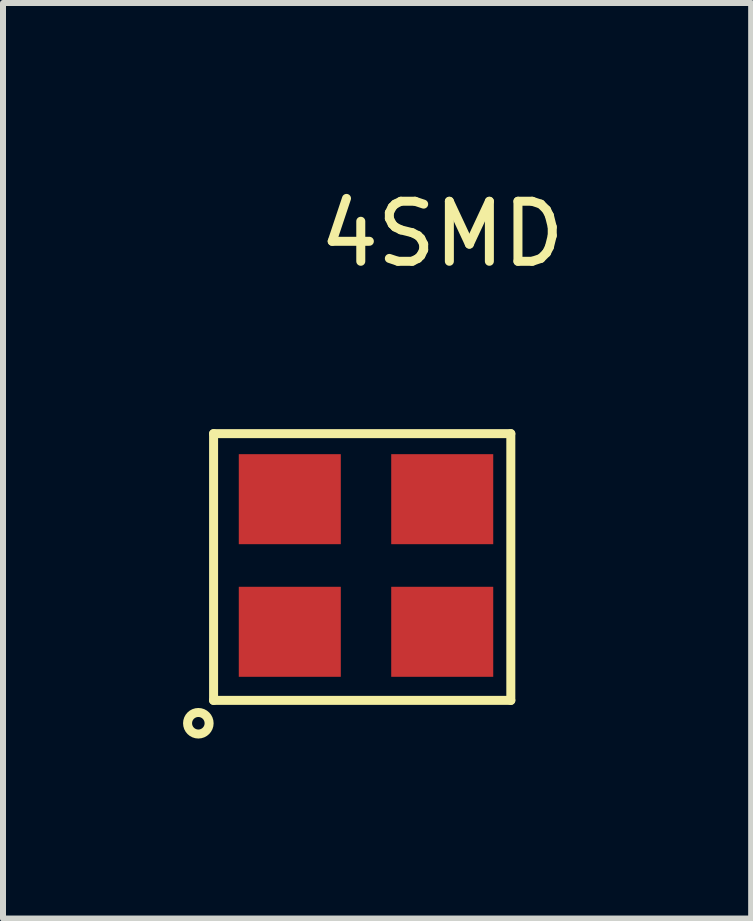
<source format=kicad_pcb>
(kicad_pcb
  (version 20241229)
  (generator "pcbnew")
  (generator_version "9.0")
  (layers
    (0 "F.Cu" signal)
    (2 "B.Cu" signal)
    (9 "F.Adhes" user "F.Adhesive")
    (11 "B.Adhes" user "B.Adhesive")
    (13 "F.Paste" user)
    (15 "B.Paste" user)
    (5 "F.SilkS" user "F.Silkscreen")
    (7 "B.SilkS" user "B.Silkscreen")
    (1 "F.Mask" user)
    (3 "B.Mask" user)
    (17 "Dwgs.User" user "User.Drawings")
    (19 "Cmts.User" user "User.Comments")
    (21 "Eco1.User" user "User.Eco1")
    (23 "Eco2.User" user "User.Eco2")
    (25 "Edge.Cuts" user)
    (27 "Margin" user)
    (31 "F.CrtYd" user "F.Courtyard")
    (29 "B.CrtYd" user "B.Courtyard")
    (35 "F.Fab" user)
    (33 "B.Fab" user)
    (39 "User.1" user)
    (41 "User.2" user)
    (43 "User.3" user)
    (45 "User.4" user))
  (footprint "4SMD"
    (layer "F.Cu")
    (at 1.779 7.478)
    (property "Reference" "4SMD" (at 2.54 -6.629 0) (layer "F.SilkS") (effects (font (size 1 1) (thickness 0.15))))
    (attr through_hole)
    (fp_line (start -1.27 -3.302) (end -1.27 1.143) (stroke (width 0.15) (type solid)) (layer "F.SilkS"))
    (fp_line (start -1.27 1.143) (end 3.683 1.143) (stroke (width 0.15) (type solid)) (layer "F.SilkS"))
    (fp_line (start 3.683 -3.302) (end -1.27 -3.302) (stroke (width 0.15) (type solid)) (layer "F.SilkS"))
    (fp_line (start 3.683 1.143) (end 3.683 -3.302) (stroke (width 0.15) (type solid)) (layer "F.SilkS"))
    (fp_circle (center -1.524 1.524) (end -1.397 1.651) (stroke (width 0.15) (type solid)) (fill no) (layer "F.SilkS"))
    (pad "1" smd rect (at 0 0) (size 1.7 1.5) (layers "F.Cu" "F.Mask" "F.Paste"))
    (pad "2" smd rect (at 2.54 0) (size 1.7 1.5) (layers "F.Cu" "F.Mask" "F.Paste"))
    (pad "3" smd rect (at 2.54 -2.21) (size 1.7 1.5) (layers "F.Cu" "F.Mask" "F.Paste"))
    (pad "4" smd rect (at 0 -2.21) (size 1.7 1.5) (layers "F.Cu" "F.Mask" "F.Paste")))
  (gr_rect
    (start -3 -3)
    (end 9.467 12.256)
    (stroke (width 0.1) (type default))
    (fill no)
    (layer "Edge.Cuts")))
</source>
